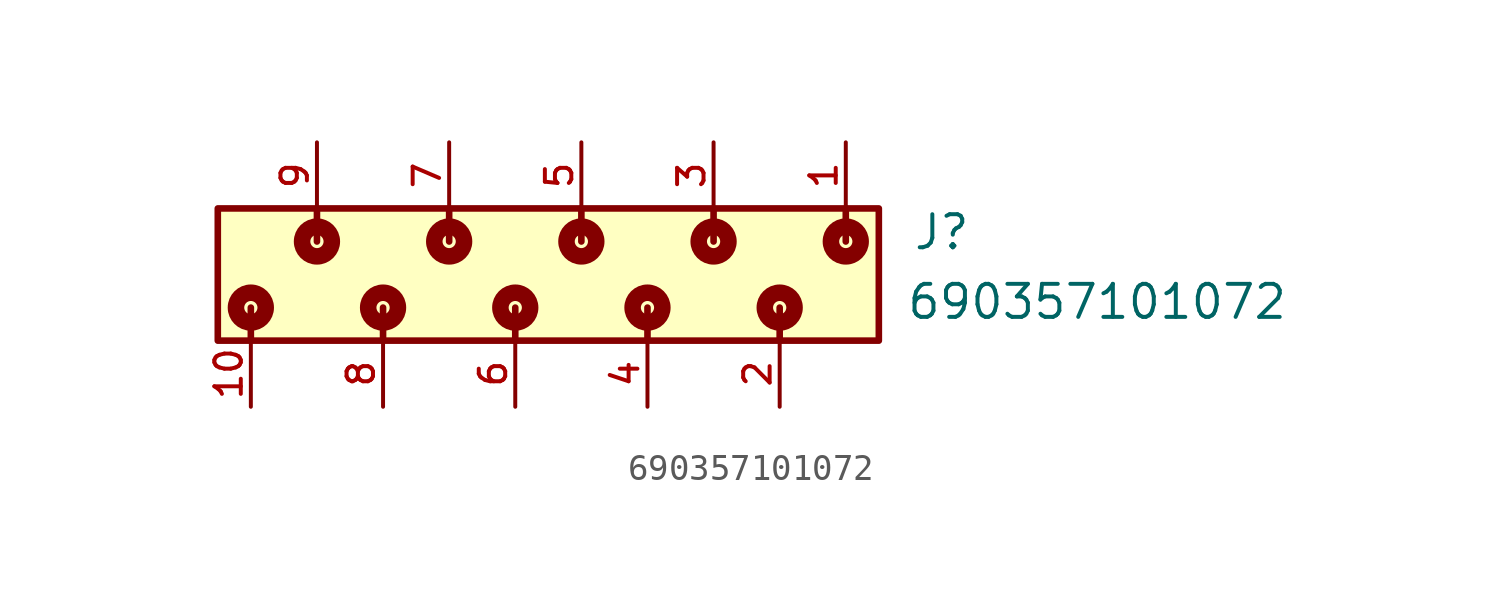
<source format=kicad_sym>
(kicad_symbol_lib
  (version 20211014)
  (generator kicad_symbol_editor)
  (symbol "690357101072"
    (pin_names
      (offset 1.016))
    (property "Reference" "J"
      (at 12.72 0.885 0)
      (effects (font (size 1.27 1.27)) (justify bottom left)))
    (property "Value" "690357101072"
      (at 12.46 -1.79 0)
      (effects (font (size 1.27 1.27)) (justify bottom left)))
    (symbol "690357101072_0_0"
      (polyline (pts (xy 2.54 -1.27) (xy 2.54 -2.54)) (stroke (width 0.254)))
      (polyline (pts (xy 7.62 -1.27) (xy 7.62 -2.54)) (stroke (width 0.254)))
      (polyline (pts (xy -7.62 -1.27) (xy -7.62 -2.54)) (stroke (width 0.254)))
      (polyline (pts (xy -2.54 -1.27) (xy -2.54 -2.54)) (stroke (width 0.254)))
      (polyline (pts (xy -12.7 -1.27) (xy -12.7 -2.54)) (stroke (width 0.254)))
      (polyline (pts (xy 0.0 1.27) (xy 0.0 2.54)) (stroke (width 0.254)))
      (polyline (pts (xy 5.08 1.27) (xy 5.08 2.54)) (stroke (width 0.254)))
      (polyline (pts (xy -10.16 1.27) (xy -10.16 2.54)) (stroke (width 0.254)))
      (polyline (pts (xy -5.08 1.27) (xy -5.08 2.54)) (stroke (width 0.254)))
      (polyline (pts (xy 10.16 1.27) (xy 10.16 2.54)) (stroke (width 0.254)))
      (circle (center 2.54 -1.27) (radius 0.254) (stroke (width 0.635)) (fill (type none)))
      (circle (center 7.62 -1.27) (radius 0.254) (stroke (width 0.635)) (fill (type none)))
      (circle (center -7.62 -1.27) (radius 0.254) (stroke (width 0.635)) (fill (type none)))
      (circle (center -2.54 -1.27) (radius 0.254) (stroke (width 0.635)) (fill (type none)))
      (circle (center -12.7 -1.27) (radius 0.254) (stroke (width 0.635)) (fill (type none)))
      (circle (center 0.0 1.27) (radius 0.254) (stroke (width 0.635)) (fill (type none)))
      (circle (center 5.08 1.27) (radius 0.254) (stroke (width 0.635)) (fill (type none)))
      (circle (center -10.16 1.27) (radius 0.254) (stroke (width 0.635)) (fill (type none)))
      (circle (center -5.08 1.27) (radius 0.254) (stroke (width 0.635)) (fill (type none)))
      (circle (center 10.16 1.27) (radius 0.254) (stroke (width 0.635)) (fill (type none)))
      (rectangle (start -13.97 -2.54) (end 11.43 2.54) (stroke (width 0.254)) (fill (type background)))
      (pin passive line (at 10.16 5.08 270.0) (length 2.54) (name "~" (effects (font (size 1.016 1.016)))) (number "1" (effects (font (size 1.016 1.016)))))
      (pin passive line (at 7.62 -5.08 90.0) (length 2.54) (name "~" (effects (font (size 1.016 1.016)))) (number "2" (effects (font (size 1.016 1.016)))))
      (pin passive line (at 5.08 5.08 270.0) (length 2.54) (name "~" (effects (font (size 1.016 1.016)))) (number "3" (effects (font (size 1.016 1.016)))))
      (pin passive line (at 2.54 -5.08 90.0) (length 2.54) (name "~" (effects (font (size 1.016 1.016)))) (number "4" (effects (font (size 1.016 1.016)))))
      (pin passive line (at 0.0 5.08 270.0) (length 2.54) (name "~" (effects (font (size 1.016 1.016)))) (number "5" (effects (font (size 1.016 1.016)))))
      (pin passive line (at -2.54 -5.08 90.0) (length 2.54) (name "~" (effects (font (size 1.016 1.016)))) (number "6" (effects (font (size 1.016 1.016)))))
      (pin passive line (at -5.08 5.08 270.0) (length 2.54) (name "~" (effects (font (size 1.016 1.016)))) (number "7" (effects (font (size 1.016 1.016)))))
      (pin passive line (at -7.62 -5.08 90.0) (length 2.54) (name "~" (effects (font (size 1.016 1.016)))) (number "8" (effects (font (size 1.016 1.016)))))
      (pin passive line (at -10.16 5.08 270.0) (length 2.54) (name "~" (effects (font (size 1.016 1.016)))) (number "9" (effects (font (size 1.016 1.016)))))
      (pin passive line (at -12.7 -5.08 90.0) (length 2.54) (name "~" (effects (font (size 1.016 1.016)))) (number "10" (effects (font (size 1.016 1.016))))))))
</source>
